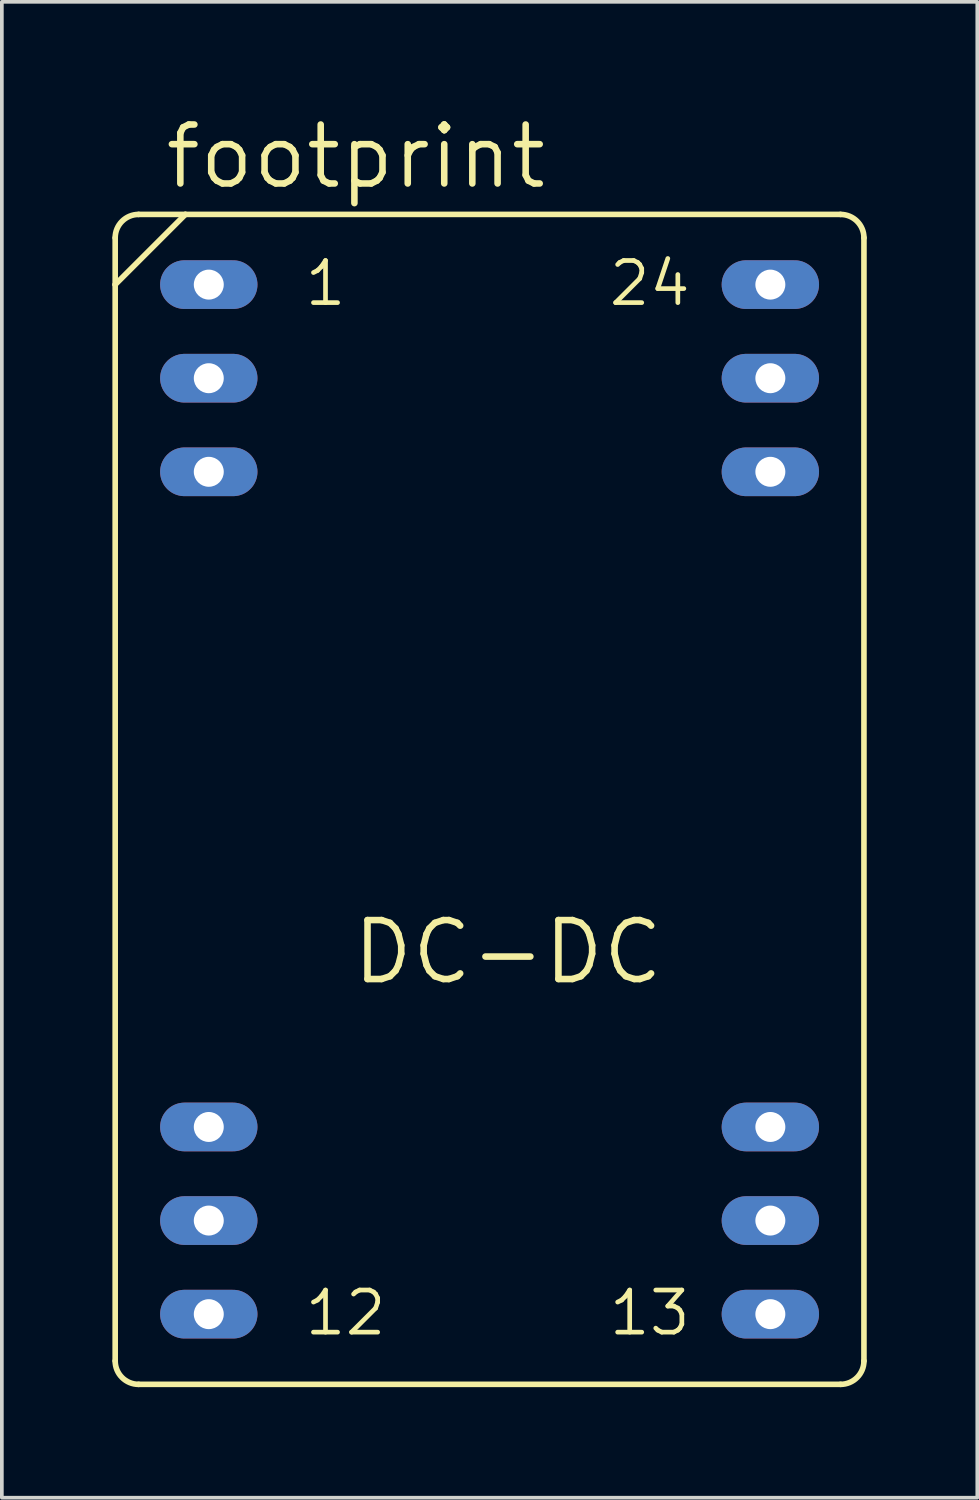
<source format=kicad_pcb>
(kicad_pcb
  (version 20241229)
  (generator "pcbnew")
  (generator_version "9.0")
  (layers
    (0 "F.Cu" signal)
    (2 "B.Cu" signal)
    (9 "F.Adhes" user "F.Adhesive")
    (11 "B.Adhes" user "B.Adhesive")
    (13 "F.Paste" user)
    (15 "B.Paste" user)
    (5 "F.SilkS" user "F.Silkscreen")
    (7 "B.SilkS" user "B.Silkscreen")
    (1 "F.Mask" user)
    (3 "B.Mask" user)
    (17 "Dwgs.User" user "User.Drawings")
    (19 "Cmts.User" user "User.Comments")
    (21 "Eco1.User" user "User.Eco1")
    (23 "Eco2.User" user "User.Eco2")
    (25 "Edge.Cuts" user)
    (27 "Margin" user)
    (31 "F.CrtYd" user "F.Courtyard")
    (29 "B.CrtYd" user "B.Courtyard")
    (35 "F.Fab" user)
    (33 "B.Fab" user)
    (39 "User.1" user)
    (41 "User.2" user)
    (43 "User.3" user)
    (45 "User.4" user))
  (footprint "footprint"
    (layer "F.Cu")
    (at 10.236 18.644)
    (property "Reference" "footprint" (at -8.89 -16.51 0) (layer "F.SilkS") (effects (font (size 1.6 1.6) (thickness 0.178)) (justify left bottom)))
    (fp_line (start -10.16 -15.24) (end -10.16 -13.97) (stroke (width 0.152) (type solid)) (layer "F.SilkS"))
    (fp_line (start -10.16 -13.97) (end -8.255 -15.875) (stroke (width 0.152) (type solid)) (layer "F.SilkS"))
    (fp_line (start -10.16 15.24) (end -10.16 -13.97) (stroke (width 0.152) (type solid)) (layer "F.SilkS"))
    (fp_line (start -9.525 15.875) (end 9.525 15.875) (stroke (width 0.152) (type solid)) (layer "F.SilkS"))
    (fp_line (start -8.255 -15.875) (end -9.525 -15.875) (stroke (width 0.152) (type solid)) (layer "F.SilkS"))
    (fp_line (start -8.255 -15.875) (end 9.525 -15.875) (stroke (width 0.152) (type solid)) (layer "F.SilkS"))
    (fp_line (start 10.16 -15.24) (end 10.16 15.24) (stroke (width 0.152) (type solid)) (layer "F.SilkS"))
    (fp_arc (start -10.16 -15.24) (mid -9.974013 -15.689013) (end -9.525 -15.875) (stroke (width 0.1524) (type solid)) (layer "F.SilkS"))
    (fp_arc (start -9.525 15.875) (mid -9.974013 15.689013) (end -10.16 15.24) (stroke (width 0.1524) (type solid)) (layer "F.SilkS"))
    (fp_arc (start 9.525 -15.875) (mid 9.974013 -15.689013) (end 10.16 -15.24) (stroke (width 0.1524) (type solid)) (layer "F.SilkS"))
    (fp_arc (start 10.16 15.24) (mid 9.974013 15.689013) (end 9.525 15.875) (stroke (width 0.1524) (type solid)) (layer "F.SilkS"))
    (fp_text user "13" (at 3.175 14.605 0) (layer "F.SilkS") (effects (font (size 1.143 1.143) (thickness 0.127)) (justify left bottom)))
    (fp_text user "24" (at 3.175 -13.335 0) (layer "F.SilkS") (effects (font (size 1.143 1.143) (thickness 0.127)) (justify left bottom)))
    (fp_text user "12" (at -5.08 14.605 0) (layer "F.SilkS") (effects (font (size 1.143 1.143) (thickness 0.127)) (justify left bottom)))
    (fp_text user "1" (at -5.08 -13.335 0) (layer "F.SilkS") (effects (font (size 1.143 1.143) (thickness 0.127)) (justify left bottom)))
    (fp_text user "DC-DC" (at -3.81 5.08 0) (layer "F.SilkS") (effects (font (size 1.6 1.6) (thickness 0.178)) (justify left bottom)))
    (pad "1" thru_hole oval (at -7.62 -13.97) (size 2.642 1.321) (drill 0.813) (layers "*.Cu" "*.Mask"))
    (pad "2" thru_hole oval (at -7.62 -11.43) (size 2.642 1.321) (drill 0.813) (layers "*.Cu" "*.Mask"))
    (pad "3" thru_hole oval (at -7.62 -8.89) (size 2.642 1.321) (drill 0.813) (layers "*.Cu" "*.Mask"))
    (pad "10" thru_hole oval (at -7.62 8.89) (size 2.642 1.321) (drill 0.813) (layers "*.Cu" "*.Mask"))
    (pad "11" thru_hole oval (at -7.62 11.43) (size 2.642 1.321) (drill 0.813) (layers "*.Cu" "*.Mask"))
    (pad "12" thru_hole oval (at -7.62 13.97) (size 2.642 1.321) (drill 0.813) (layers "*.Cu" "*.Mask"))
    (pad "13" thru_hole oval (at 7.62 13.97) (size 2.642 1.321) (drill 0.813) (layers "*.Cu" "*.Mask"))
    (pad "14" thru_hole oval (at 7.62 11.43) (size 2.642 1.321) (drill 0.813) (layers "*.Cu" "*.Mask"))
    (pad "15" thru_hole oval (at 7.62 8.89) (size 2.642 1.321) (drill 0.813) (layers "*.Cu" "*.Mask"))
    (pad "22" thru_hole oval (at 7.62 -8.89) (size 2.642 1.321) (drill 0.813) (layers "*.Cu" "*.Mask"))
    (pad "23" thru_hole oval (at 7.62 -11.43) (size 2.642 1.321) (drill 0.813) (layers "*.Cu" "*.Mask"))
    (pad "24" thru_hole oval (at 7.62 -13.97) (size 2.642 1.321) (drill 0.813) (layers "*.Cu" "*.Mask")))
  (gr_rect
    (start -3 -3)
    (end 23.472 37.595)
    (stroke (width 0.1) (type default))
    (fill no)
    (layer "Edge.Cuts")))
</source>
